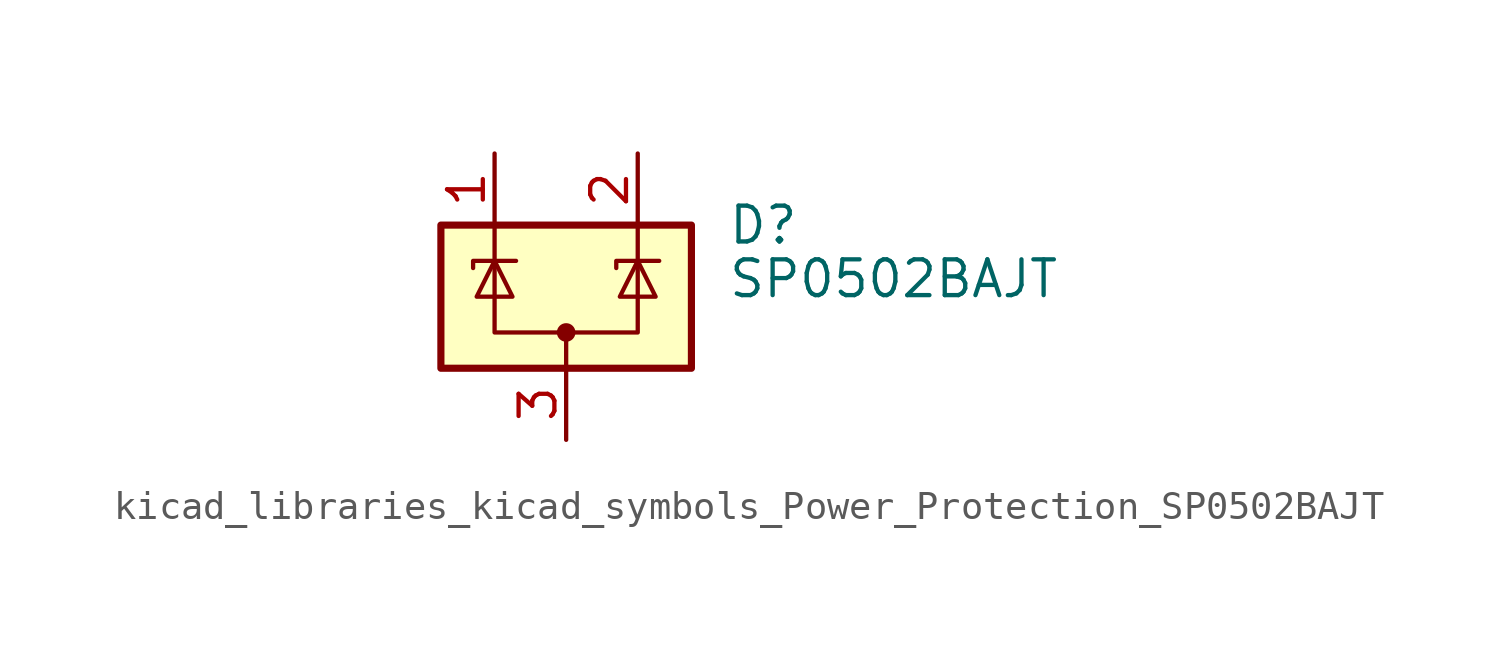
<source format=kicad_sym>
(kicad_symbol_lib
  (version 20220914)
  (generator kicad_symbol_editor)
  (symbol "kicad_libraries_kicad_symbols_Power_Protection_SP0502BAJT"
    (pin_names hide)
    (property "Reference" "D"
      (at 5.715 2.54 0)
      (effects (font (size 1.27 1.27)) (justify left)))
    (property "Value" "SP0502BAJT"
      (at 5.715 0.635 0)
      (effects (font (size 1.27 1.27)) (justify left)))
    (symbol "kicad_libraries_kicad_symbols_Power_Protection_SP0502BAJT_0_0"
      (pin passive line (at 0 -5.08 90) (length 2.54) (name "A" (effects (font (size 1.27 1.27)))) (number "3" (effects (font (size 1.27 1.27))))))
    (symbol "kicad_libraries_kicad_symbols_Power_Protection_SP0502BAJT_0_1"
      (rectangle (start -4.445 2.54) (end 4.445 -2.54) (stroke (width 0.254) (type default)) (fill (type background)))
      (circle (center 0 -1.27) (radius 0.254) (stroke (width 0) (type default)) (fill (type outline)))
      (polyline (pts (xy -2.54 2.54) (xy -2.54 1.27)) (stroke (width 0) (type default)) (fill (type none)))
      (polyline (pts (xy 0 -1.27) (xy 0 -2.54)) (stroke (width 0) (type default)) (fill (type none)))
      (polyline (pts (xy 2.54 2.54) (xy 2.54 1.27)) (stroke (width 0) (type default)) (fill (type none)))
      (polyline (pts (xy -3.302 1.016) (xy -3.302 1.27) (xy -1.905 1.27) (xy -1.778 1.27)) (stroke (width 0) (type default)) (fill (type none)))
      (polyline (pts (xy -2.54 1.27) (xy -2.54 -1.27) (xy 2.54 -1.27) (xy 2.54 1.27)) (stroke (width 0) (type default)) (fill (type none)))
      (polyline (pts (xy -2.54 1.27) (xy -1.905 0) (xy -3.175 0) (xy -2.54 1.27)) (stroke (width 0) (type default)) (fill (type none)))
      (polyline (pts (xy 1.778 1.016) (xy 1.778 1.27) (xy 3.175 1.27) (xy 3.302 1.27)) (stroke (width 0) (type default)) (fill (type none)))
      (polyline (pts (xy 2.54 1.27) (xy 1.905 0) (xy 3.175 0) (xy 2.54 1.27)) (stroke (width 0) (type default)) (fill (type none))))
    (symbol "kicad_libraries_kicad_symbols_Power_Protection_SP0502BAJT_1_1"
      (pin passive line (at -2.54 5.08 270) (length 2.54) (name "K" (effects (font (size 1.27 1.27)))) (number "1" (effects (font (size 1.27 1.27)))))
      (pin passive line (at 2.54 5.08 270) (length 2.54) (name "K" (effects (font (size 1.27 1.27)))) (number "2" (effects (font (size 1.27 1.27))))))))
</source>
